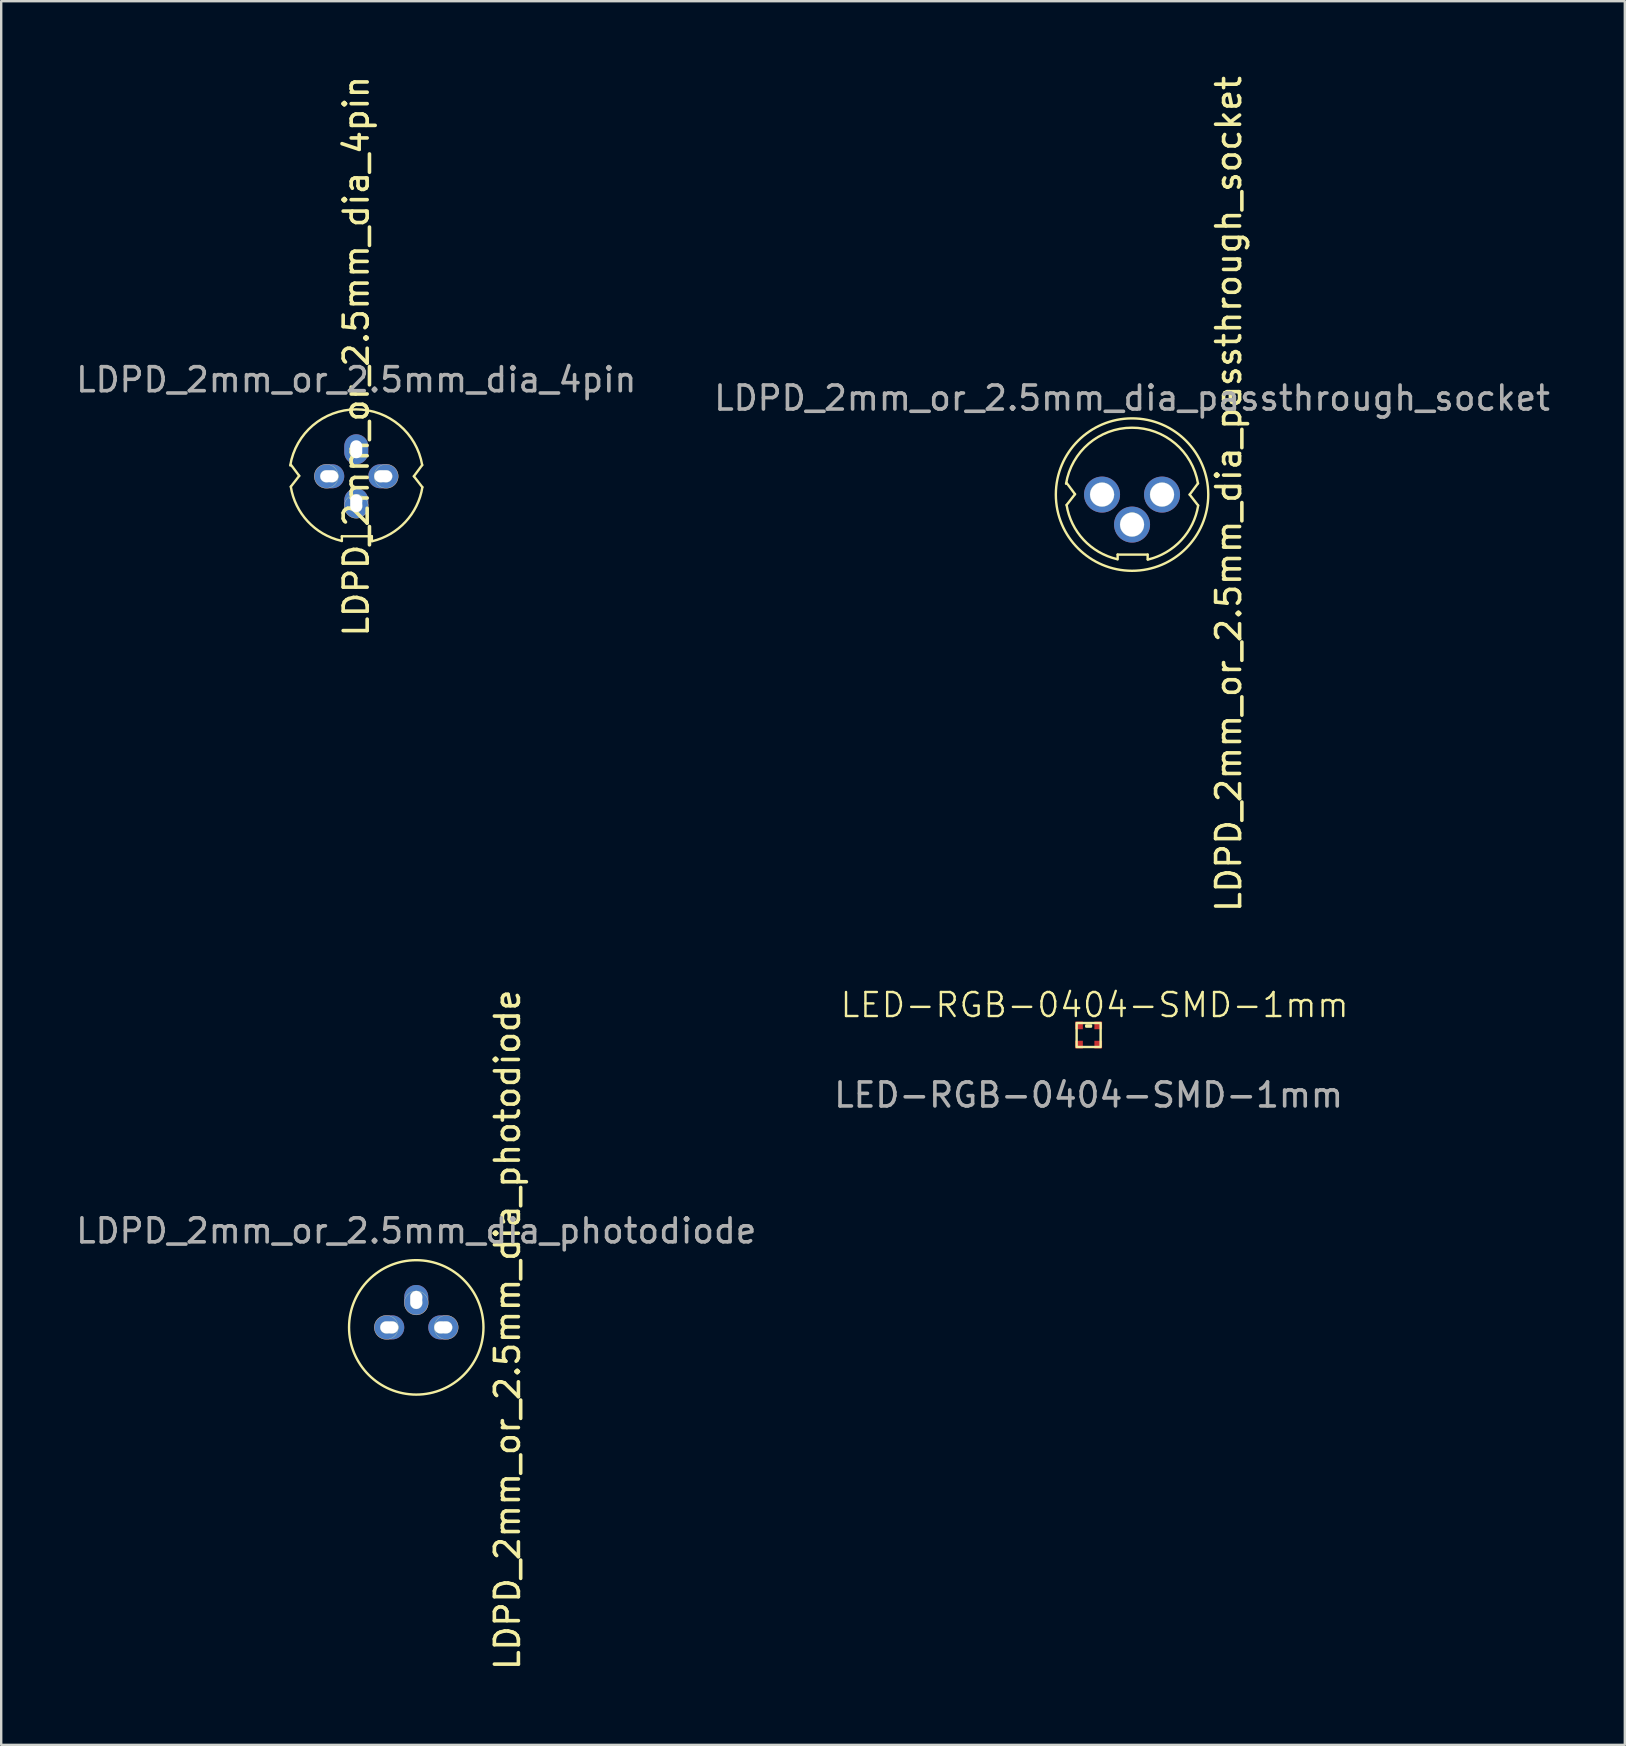
<source format=kicad_pcb>
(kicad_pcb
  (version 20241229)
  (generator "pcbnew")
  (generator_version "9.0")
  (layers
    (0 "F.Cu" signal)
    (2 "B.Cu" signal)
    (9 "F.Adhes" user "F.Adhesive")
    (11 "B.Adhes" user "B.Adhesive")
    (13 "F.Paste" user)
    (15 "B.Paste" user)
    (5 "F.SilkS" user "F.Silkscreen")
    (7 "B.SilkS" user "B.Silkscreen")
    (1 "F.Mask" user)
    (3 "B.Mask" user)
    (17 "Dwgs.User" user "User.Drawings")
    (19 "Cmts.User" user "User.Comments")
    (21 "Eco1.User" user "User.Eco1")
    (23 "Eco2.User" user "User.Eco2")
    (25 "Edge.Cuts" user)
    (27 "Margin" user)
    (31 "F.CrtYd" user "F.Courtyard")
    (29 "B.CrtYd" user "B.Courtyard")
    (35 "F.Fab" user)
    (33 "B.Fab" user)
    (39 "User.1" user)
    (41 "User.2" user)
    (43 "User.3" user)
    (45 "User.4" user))
  (footprint "LED-RGB-0404-SMD-1mm"
    (layer "F.Cu")
    (at 42.304 40.07)
    (property "Reference" "LED-RGB-0404-SMD-1mm" (at 0.25 -1.25 0) (unlocked yes) (layer "F.SilkS") (effects (font (size 1 1) (thickness 0.1))))
    (attr smd)
    (fp_rect (start -0.5 -0.5) (end 0.5 0.5) (stroke (width 0.1) (type default)) (fill no) (layer "F.SilkS"))
    (fp_rect (start -0.1 -0.4) (end 0.1 -0.35) (stroke (width 0.1) (type default)) (fill no) (layer "F.SilkS"))
    (fp_text user "${REFERENCE}" (at 0 2.5 0) (unlocked yes) (layer "F.Fab") (effects (font (size 1 1) (thickness 0.15))))
    (pad "1" smd rect (at -0.4 -0.4) (size 0.32 0.32) (layers "F.Cu" "F.Mask" "F.Paste"))
    (pad "2" smd rect (at -0.4 0.4) (size 0.32 0.32) (layers "F.Cu" "F.Mask" "F.Paste"))
    (pad "3" smd rect (at 0.4 0.4) (size 0.32 0.32) (layers "F.Cu" "F.Mask" "F.Paste"))
    (pad "4" smd rect (at 0.4 -0.4) (size 0.32 0.32) (layers "F.Cu" "F.Mask" "F.Paste")))
  (footprint "LDPD_2mm_or_2.5mm_dia_photodiode"
    (layer "F.Cu")
    (at 14.292 52.251)
    (property "Reference" "LDPD_2mm_or_2.5mm_dia_photodiode" (at 3.8 0.1 90) (layer "F.SilkS") (effects (font (size 1 1) (thickness 0.15))))
    (attr through_hole)
    (fp_circle (center -1.25 0) (end -1 0) (stroke (width 0.01) (type default)) (fill no) (layer "F.SilkS"))
    (fp_circle (center -1.25 0) (end -0.75 0) (stroke (width 0.01) (type default)) (fill no) (layer "F.SilkS"))
    (fp_circle (center -1 0) (end -0.75 0) (stroke (width 0.01) (type default)) (fill no) (layer "F.SilkS"))
    (fp_circle (center 0 -1.268) (end 0.25 -1.268) (stroke (width 0.01) (type default)) (fill no) (layer "F.SilkS"))
    (fp_circle (center 0 -1.018) (end 0.25 -1.018) (stroke (width 0.01) (type default)) (fill no) (layer "F.SilkS"))
    (fp_circle (center 0 -1.018) (end 0.5 -1.018) (stroke (width 0.01) (type default)) (fill no) (layer "F.SilkS"))
    (fp_circle (center 0 0) (end 2.8 0) (stroke (width 0.1) (type default)) (fill no) (layer "F.SilkS"))
    (fp_circle (center 1 0) (end 1.25 0) (stroke (width 0.01) (type default)) (fill no) (layer "F.SilkS"))
    (fp_circle (center 1.25 0) (end 1.5 0) (stroke (width 0.01) (type default)) (fill no) (layer "F.SilkS"))
    (fp_circle (center 1.25 0) (end 1.75 0) (stroke (width 0.01) (type default)) (fill no) (layer "F.SilkS"))
    (fp_circle (center -1 0) (end -0.775 0) (stroke (width 0.1) (type default)) (fill no) (layer "User.2"))
    (fp_circle (center 0 -1.268) (end 0.225 -1.268) (stroke (width 0.1) (type default)) (fill no) (layer "User.2"))
    (fp_circle (center 1 0) (end 1.225 0) (stroke (width 0.1) (type default)) (fill no) (layer "User.2"))
    (fp_text user "${REFERENCE}" (at 0 -4.02 0) (layer "F.Fab") (effects (font (size 1 1) (thickness 0.15))))
    (pad "1" thru_hole oval (at 1.125 0) (size 1.25 1) (drill oval 0.75 0.5) (layers "*.Cu" "*.Mask"))
    (pad "2" thru_hole oval (at 0 -1.143 90) (size 1.25 1) (drill oval 0.75 0.5) (layers "*.Cu" "*.Mask"))
    (pad "3" thru_hole oval (at -1.125 0) (size 1.25 1) (drill oval 0.75 0.5) (layers "*.Cu" "*.Mask")))
  (footprint "LDPD_2mm_or_2.5mm_dia_4pin"
    (layer "F.Cu")
    (at 11.792 16.792)
    (property "Reference" "LDPD_2mm_or_2.5mm_dia_4pin" (at 0 -5 270) (layer "F.SilkS") (effects (font (size 1 1) (thickness 0.15))))
    (attr through_hole)
    (fp_line (start -2.724 -0.483) (end -2.376 -0.017) (stroke (width 0.1) (type default)) (layer "F.SilkS"))
    (fp_line (start -2.376 -0.017) (end -2.726 0.433) (stroke (width 0.1) (type default)) (layer "F.SilkS"))
    (fp_line (start -0.6 2.7) (end -0.6 2.5) (stroke (width 0.1) (type default)) (layer "F.SilkS"))
    (fp_line (start 0.65 2.5) (end -0.6 2.5) (stroke (width 0.1) (type default)) (layer "F.SilkS"))
    (fp_line (start 0.65 2.5) (end 0.65 2.7) (stroke (width 0.1) (type default)) (layer "F.SilkS"))
    (fp_line (start 2.4 0) (end 2.75 0.45) (stroke (width 0.1) (type default)) (layer "F.SilkS"))
    (fp_line (start 2.747 -0.467) (end 2.4 0) (stroke (width 0.1) (type default)) (layer "F.SilkS"))
    (fp_arc (start -2.749999 -0.45) (mid -0.00837 -2.786561) (end 2.747246 -0.466513) (stroke (width 0.1) (type default)) (layer "F.SilkS"))
    (fp_arc (start -0.629095 2.687951) (mid -2.021314 1.880195) (end -2.726377 0.433257) (stroke (width 0.1) (type default)) (layer "F.SilkS"))
    (fp_arc (start 2.755063 0.453062) (mid 2.05 1.9) (end 0.657781 2.707756) (stroke (width 0.1) (type default)) (layer "F.SilkS"))
    (fp_circle (center -1.25 0) (end -1 0) (stroke (width 0.01) (type default)) (fill no) (layer "F.SilkS"))
    (fp_circle (center -1.25 0) (end -0.75 0) (stroke (width 0.01) (type default)) (fill no) (layer "F.SilkS"))
    (fp_circle (center -1 0) (end -0.75 0) (stroke (width 0.01) (type default)) (fill no) (layer "F.SilkS"))
    (fp_circle (center 0 1) (end 0.25 1) (stroke (width 0.01) (type default)) (fill no) (layer "F.SilkS"))
    (fp_circle (center 0 1.25) (end 0.25 1.25) (stroke (width 0.01) (type default)) (fill no) (layer "F.SilkS"))
    (fp_circle (center 0 1.25) (end 0.5 1.25) (stroke (width 0.01) (type default)) (fill no) (layer "F.SilkS"))
    (fp_circle (center 1 0) (end 1.25 0) (stroke (width 0.01) (type default)) (fill no) (layer "F.SilkS"))
    (fp_circle (center 1.25 0) (end 1.5 0) (stroke (width 0.01) (type default)) (fill no) (layer "F.SilkS"))
    (fp_circle (center 1.25 0) (end 1.75 0) (stroke (width 0.01) (type default)) (fill no) (layer "F.SilkS"))
    (fp_circle (center -1 0) (end -0.775 0) (stroke (width 0.1) (type default)) (fill no) (layer "User.2"))
    (fp_circle (center 0 0) (end 2.8 0) (stroke (width 0.1) (type default)) (fill no) (layer "User.2"))
    (fp_circle (center 0 1) (end 0.225 1) (stroke (width 0.1) (type default)) (fill no) (layer "User.2"))
    (fp_circle (center 1 0) (end 1.225 0) (stroke (width 0.1) (type default)) (fill no) (layer "User.2"))
    (fp_text user "${REFERENCE}" (at 0 -4.02 0) (layer "F.Fab") (effects (font (size 1 1) (thickness 0.15))))
    (pad "1" thru_hole oval (at 1.125 0) (size 1.25 1) (drill oval 0.75 0.5) (layers "*.Cu" "*.Mask"))
    (pad "2" thru_hole oval (at 0 1.125 90) (size 1.25 1) (drill oval 0.75 0.5) (layers "*.Cu" "*.Mask"))
    (pad "3" thru_hole oval (at -1.125 0) (size 1.25 1) (drill oval 0.75 0.5) (layers "*.Cu" "*.Mask"))
    (pad "4" thru_hole oval (at 0 -1.125 90) (size 1.25 1) (drill oval 0.75 0.5) (layers "*.Cu" "*.Mask")))
  (footprint "LDPD_2mm_or_2.5mm_dia_passthrough_socket"
    (layer "F.Cu")
    (at 44.113 17.555)
    (property "Reference" "LDPD_2mm_or_2.5mm_dia_passthrough_socket" (at 4.025 -0.025 270) (layer "F.SilkS") (effects (font (size 1 1) (thickness 0.15))))
    (attr through_hole)
    (fp_line (start -2.724 -0.483) (end -2.376 -0.017) (stroke (width 0.1) (type default)) (layer "F.SilkS"))
    (fp_line (start -2.376 -0.017) (end -2.726 0.433) (stroke (width 0.1) (type default)) (layer "F.SilkS"))
    (fp_line (start -0.6 2.7) (end -0.6 2.5) (stroke (width 0.1) (type default)) (layer "F.SilkS"))
    (fp_line (start 0.65 2.5) (end -0.6 2.5) (stroke (width 0.1) (type default)) (layer "F.SilkS"))
    (fp_line (start 0.65 2.5) (end 0.65 2.7) (stroke (width 0.1) (type default)) (layer "F.SilkS"))
    (fp_line (start 2.4 0) (end 2.75 0.45) (stroke (width 0.1) (type default)) (layer "F.SilkS"))
    (fp_line (start 2.747 -0.467) (end 2.4 0) (stroke (width 0.1) (type default)) (layer "F.SilkS"))
    (fp_arc (start -2.749999 -0.45) (mid -0.00837 -2.786561) (end 2.747246 -0.466513) (stroke (width 0.1) (type default)) (layer "F.SilkS"))
    (fp_arc (start -0.629095 2.687951) (mid -2.021314 1.880195) (end -2.726377 0.433257) (stroke (width 0.1) (type default)) (layer "F.SilkS"))
    (fp_arc (start 2.755063 0.453062) (mid 2.05 1.9) (end 0.657781 2.707756) (stroke (width 0.1) (type default)) (layer "F.SilkS"))
    (fp_circle (center -1.25 0) (end -1 0) (stroke (width 0.01) (type default)) (fill no) (layer "F.SilkS"))
    (fp_circle (center -1.25 0) (end -0.75 0) (stroke (width 0.01) (type default)) (fill no) (layer "F.SilkS"))
    (fp_circle (center -1 0) (end -0.75 0) (stroke (width 0.01) (type default)) (fill no) (layer "F.SilkS"))
    (fp_circle (center 0 0) (end -3.175 0) (stroke (width 0.1) (type default)) (fill no) (layer "F.SilkS"))
    (fp_circle (center 0 1) (end 0.25 1) (stroke (width 0.01) (type default)) (fill no) (layer "F.SilkS"))
    (fp_circle (center 0 1.25) (end 0.25 1.25) (stroke (width 0.01) (type default)) (fill no) (layer "F.SilkS"))
    (fp_circle (center 0 1.25) (end 0.5 1.25) (stroke (width 0.01) (type default)) (fill no) (layer "F.SilkS"))
    (fp_circle (center 1 0) (end 1.25 0) (stroke (width 0.01) (type default)) (fill no) (layer "F.SilkS"))
    (fp_circle (center 1.25 0) (end 1.5 0) (stroke (width 0.01) (type default)) (fill no) (layer "F.SilkS"))
    (fp_circle (center 1.25 0) (end 1.75 0) (stroke (width 0.01) (type default)) (fill no) (layer "F.SilkS"))
    (fp_circle (center -1 0) (end -0.775 0) (stroke (width 0.1) (type default)) (fill no) (layer "User.2"))
    (fp_circle (center 0 0) (end 2.8 0) (stroke (width 0.1) (type default)) (fill no) (layer "User.2"))
    (fp_circle (center 0 1) (end 0.225 1) (stroke (width 0.1) (type default)) (fill no) (layer "User.2"))
    (fp_circle (center 1 0) (end 1.225 0) (stroke (width 0.1) (type default)) (fill no) (layer "User.2"))
    (fp_text user "${REFERENCE}" (at 0 -4.02 0) (layer "F.Fab") (effects (font (size 1 1) (thickness 0.15))))
    (pad "1" thru_hole circle (at 1.25 0) (size 1.5 1.5) (drill 1) (layers "*.Cu" "*.Mask"))
    (pad "2" thru_hole circle (at 0 1.25) (size 1.5 1.5) (drill 1) (layers "*.Cu" "*.Mask"))
    (pad "3" thru_hole circle (at -1.25 0) (size 1.5 1.5) (drill 1) (layers "*.Cu" "*.Mask")))
  (gr_rect
    (start -3 -3)
    (end 64.643 69.643)
    (stroke (width 0.1) (type default))
    (fill no)
    (layer "Edge.Cuts")))
</source>
